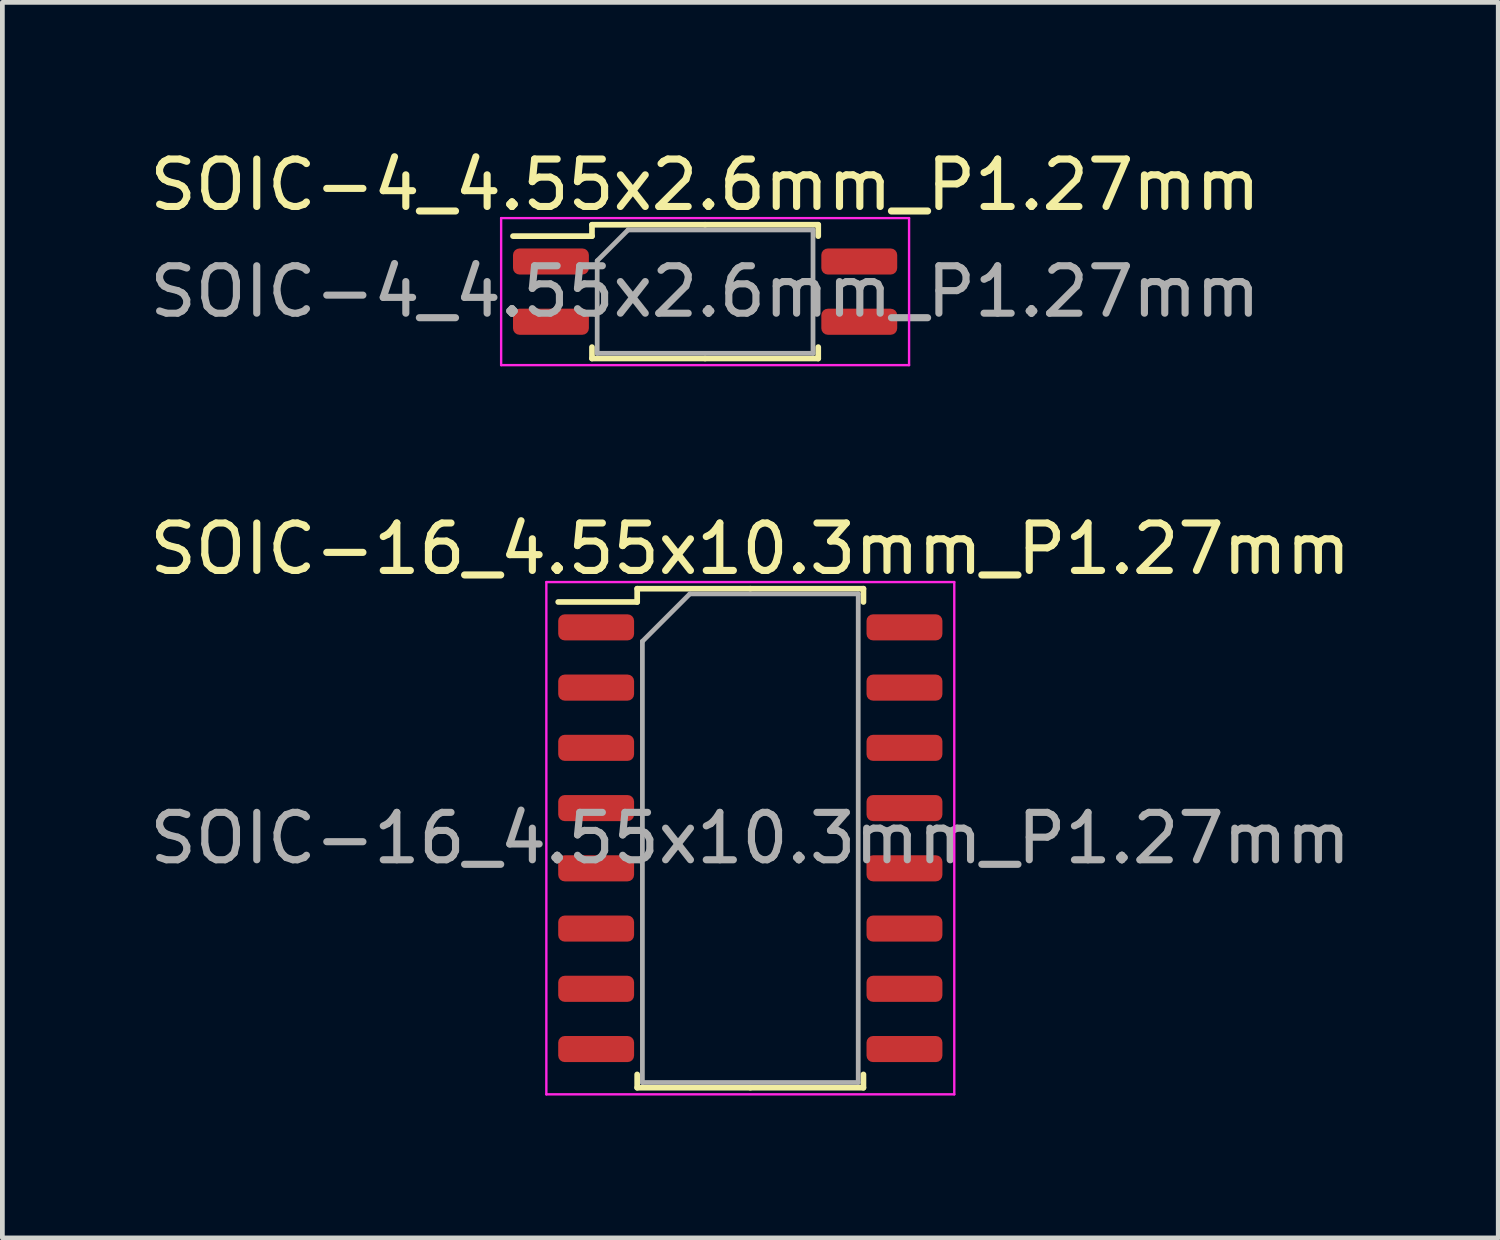
<source format=kicad_pcb>
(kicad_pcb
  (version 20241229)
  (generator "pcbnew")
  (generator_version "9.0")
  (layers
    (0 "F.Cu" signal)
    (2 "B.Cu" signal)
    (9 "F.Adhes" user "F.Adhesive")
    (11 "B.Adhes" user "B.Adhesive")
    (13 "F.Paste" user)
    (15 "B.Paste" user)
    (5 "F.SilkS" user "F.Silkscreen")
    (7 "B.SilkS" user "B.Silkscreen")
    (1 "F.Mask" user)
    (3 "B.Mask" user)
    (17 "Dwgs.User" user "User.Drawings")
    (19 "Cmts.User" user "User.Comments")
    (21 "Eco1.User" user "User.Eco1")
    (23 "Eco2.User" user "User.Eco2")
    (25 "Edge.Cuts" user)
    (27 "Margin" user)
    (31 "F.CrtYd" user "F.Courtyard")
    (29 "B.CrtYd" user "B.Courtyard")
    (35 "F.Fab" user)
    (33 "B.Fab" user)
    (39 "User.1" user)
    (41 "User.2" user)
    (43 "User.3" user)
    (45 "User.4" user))
  (footprint "SOIC-16_4.55x10.3mm_P1.27mm"
    (layer "F.Cu")
    (at 12.768 14.621)
    (property "Reference" "SOIC-16_4.55x10.3mm_P1.27mm" (at 0 -6.1 0) (layer "F.SilkS") (effects (font (size 1 1) (thickness 0.15))))
    (attr smd)
    (fp_line (start -2.385 -5.26) (end -2.385 -4.98) (stroke (width 0.12) (type solid)) (layer "F.SilkS"))
    (fp_line (start -2.385 -4.98) (end -4.05 -4.98) (stroke (width 0.12) (type solid)) (layer "F.SilkS"))
    (fp_line (start -2.385 5.26) (end -2.385 4.98) (stroke (width 0.12) (type solid)) (layer "F.SilkS"))
    (fp_line (start 0 -5.26) (end -2.385 -5.26) (stroke (width 0.12) (type solid)) (layer "F.SilkS"))
    (fp_line (start 0 -5.26) (end 2.385 -5.26) (stroke (width 0.12) (type solid)) (layer "F.SilkS"))
    (fp_line (start 0 5.26) (end -2.385 5.26) (stroke (width 0.12) (type solid)) (layer "F.SilkS"))
    (fp_line (start 0 5.26) (end 2.385 5.26) (stroke (width 0.12) (type solid)) (layer "F.SilkS"))
    (fp_line (start 2.385 -5.26) (end 2.385 -4.98) (stroke (width 0.12) (type solid)) (layer "F.SilkS"))
    (fp_line (start 2.385 5.26) (end 2.385 4.98) (stroke (width 0.12) (type solid)) (layer "F.SilkS"))
    (fp_line (start -4.3 -5.4) (end -4.3 5.4) (stroke (width 0.05) (type solid)) (layer "F.CrtYd"))
    (fp_line (start -4.3 5.4) (end 4.3 5.4) (stroke (width 0.05) (type solid)) (layer "F.CrtYd"))
    (fp_line (start 4.3 -5.4) (end -4.3 -5.4) (stroke (width 0.05) (type solid)) (layer "F.CrtYd"))
    (fp_line (start 4.3 5.4) (end 4.3 -5.4) (stroke (width 0.05) (type solid)) (layer "F.CrtYd"))
    (fp_line (start -2.275 -4.15) (end -1.275 -5.15) (stroke (width 0.1) (type solid)) (layer "F.Fab"))
    (fp_line (start -2.275 5.15) (end -2.275 -4.15) (stroke (width 0.1) (type solid)) (layer "F.Fab"))
    (fp_line (start -1.275 -5.15) (end 2.275 -5.15) (stroke (width 0.1) (type solid)) (layer "F.Fab"))
    (fp_line (start 2.275 -5.15) (end 2.275 5.15) (stroke (width 0.1) (type solid)) (layer "F.Fab"))
    (fp_line (start 2.275 5.15) (end -2.275 5.15) (stroke (width 0.1) (type solid)) (layer "F.Fab"))
    (fp_text user "${REFERENCE}" (at 0 0 0) (layer "F.Fab") (effects (font (size 1 1) (thickness 0.15))))
    (pad "1" smd roundrect (at -3.25 -4.445) (size 1.6 0.55) (layers "F.Cu" "F.Mask" "F.Paste") (roundrect_rratio 0.25))
    (pad "2" smd roundrect (at -3.25 -3.175) (size 1.6 0.55) (layers "F.Cu" "F.Mask" "F.Paste") (roundrect_rratio 0.25))
    (pad "3" smd roundrect (at -3.25 -1.905) (size 1.6 0.55) (layers "F.Cu" "F.Mask" "F.Paste") (roundrect_rratio 0.25))
    (pad "4" smd roundrect (at -3.25 -0.635) (size 1.6 0.55) (layers "F.Cu" "F.Mask" "F.Paste") (roundrect_rratio 0.25))
    (pad "5" smd roundrect (at -3.25 0.635) (size 1.6 0.55) (layers "F.Cu" "F.Mask" "F.Paste") (roundrect_rratio 0.25))
    (pad "6" smd roundrect (at -3.25 1.905) (size 1.6 0.55) (layers "F.Cu" "F.Mask" "F.Paste") (roundrect_rratio 0.25))
    (pad "7" smd roundrect (at -3.25 3.175) (size 1.6 0.55) (layers "F.Cu" "F.Mask" "F.Paste") (roundrect_rratio 0.25))
    (pad "8" smd roundrect (at -3.25 4.445) (size 1.6 0.55) (layers "F.Cu" "F.Mask" "F.Paste") (roundrect_rratio 0.25))
    (pad "9" smd roundrect (at 3.25 4.445) (size 1.6 0.55) (layers "F.Cu" "F.Mask" "F.Paste") (roundrect_rratio 0.25))
    (pad "10" smd roundrect (at 3.25 3.175) (size 1.6 0.55) (layers "F.Cu" "F.Mask" "F.Paste") (roundrect_rratio 0.25))
    (pad "11" smd roundrect (at 3.25 1.905) (size 1.6 0.55) (layers "F.Cu" "F.Mask" "F.Paste") (roundrect_rratio 0.25))
    (pad "12" smd roundrect (at 3.25 0.635) (size 1.6 0.55) (layers "F.Cu" "F.Mask" "F.Paste") (roundrect_rratio 0.25))
    (pad "13" smd roundrect (at 3.25 -0.635) (size 1.6 0.55) (layers "F.Cu" "F.Mask" "F.Paste") (roundrect_rratio 0.25))
    (pad "14" smd roundrect (at 3.25 -1.905) (size 1.6 0.55) (layers "F.Cu" "F.Mask" "F.Paste") (roundrect_rratio 0.25))
    (pad "15" smd roundrect (at 3.25 -3.175) (size 1.6 0.55) (layers "F.Cu" "F.Mask" "F.Paste") (roundrect_rratio 0.25))
    (pad "16" smd roundrect (at 3.25 -4.445) (size 1.6 0.55) (layers "F.Cu" "F.Mask" "F.Paste") (roundrect_rratio 0.25)))
  (footprint "SOIC-4_4.55x2.6mm_P1.27mm"
    (layer "F.Cu")
    (at 11.815 3.098)
    (property "Reference" "SOIC-4_4.55x2.6mm_P1.27mm" (at 0 -2.25 0) (layer "F.SilkS") (effects (font (size 1 1) (thickness 0.15))))
    (attr smd)
    (fp_line (start -2.385 -1.41) (end -2.385 -1.17) (stroke (width 0.12) (type solid)) (layer "F.SilkS"))
    (fp_line (start -2.385 -1.17) (end -4.05 -1.17) (stroke (width 0.12) (type solid)) (layer "F.SilkS"))
    (fp_line (start -2.385 1.41) (end -2.385 1.17) (stroke (width 0.12) (type solid)) (layer "F.SilkS"))
    (fp_line (start 0 -1.41) (end -2.385 -1.41) (stroke (width 0.12) (type solid)) (layer "F.SilkS"))
    (fp_line (start 0 -1.41) (end 2.385 -1.41) (stroke (width 0.12) (type solid)) (layer "F.SilkS"))
    (fp_line (start 0 1.41) (end -2.385 1.41) (stroke (width 0.12) (type solid)) (layer "F.SilkS"))
    (fp_line (start 0 1.41) (end 2.385 1.41) (stroke (width 0.12) (type solid)) (layer "F.SilkS"))
    (fp_line (start 2.385 -1.41) (end 2.385 -1.17) (stroke (width 0.12) (type solid)) (layer "F.SilkS"))
    (fp_line (start 2.385 1.41) (end 2.385 1.17) (stroke (width 0.12) (type solid)) (layer "F.SilkS"))
    (fp_line (start -4.3 -1.55) (end -4.3 1.55) (stroke (width 0.05) (type solid)) (layer "F.CrtYd"))
    (fp_line (start -4.3 1.55) (end 4.3 1.55) (stroke (width 0.05) (type solid)) (layer "F.CrtYd"))
    (fp_line (start 4.3 -1.55) (end -4.3 -1.55) (stroke (width 0.05) (type solid)) (layer "F.CrtYd"))
    (fp_line (start 4.3 1.55) (end 4.3 -1.55) (stroke (width 0.05) (type solid)) (layer "F.CrtYd"))
    (fp_line (start -2.275 -0.65) (end -1.625 -1.3) (stroke (width 0.1) (type solid)) (layer "F.Fab"))
    (fp_line (start -2.275 1.3) (end -2.275 -0.65) (stroke (width 0.1) (type solid)) (layer "F.Fab"))
    (fp_line (start -1.625 -1.3) (end 2.275 -1.3) (stroke (width 0.1) (type solid)) (layer "F.Fab"))
    (fp_line (start 2.275 -1.3) (end 2.275 1.3) (stroke (width 0.1) (type solid)) (layer "F.Fab"))
    (fp_line (start 2.275 1.3) (end -2.275 1.3) (stroke (width 0.1) (type solid)) (layer "F.Fab"))
    (fp_text user "${REFERENCE}" (at 0 0 0) (layer "F.Fab") (effects (font (size 1 1) (thickness 0.15))))
    (pad "1" smd roundrect (at -3.25 -0.635) (size 1.6 0.55) (layers "F.Cu" "F.Mask" "F.Paste") (roundrect_rratio 0.25))
    (pad "2" smd roundrect (at -3.25 0.635) (size 1.6 0.55) (layers "F.Cu" "F.Mask" "F.Paste") (roundrect_rratio 0.25))
    (pad "3" smd roundrect (at 3.25 0.635) (size 1.6 0.55) (layers "F.Cu" "F.Mask" "F.Paste") (roundrect_rratio 0.25))
    (pad "4" smd roundrect (at 3.25 -0.635) (size 1.6 0.55) (layers "F.Cu" "F.Mask" "F.Paste") (roundrect_rratio 0.25)))
  (gr_rect
    (start -3 -3)
    (end 28.536 23.047)
    (stroke (width 0.1) (type default))
    (fill no)
    (layer "Edge.Cuts")))
</source>
